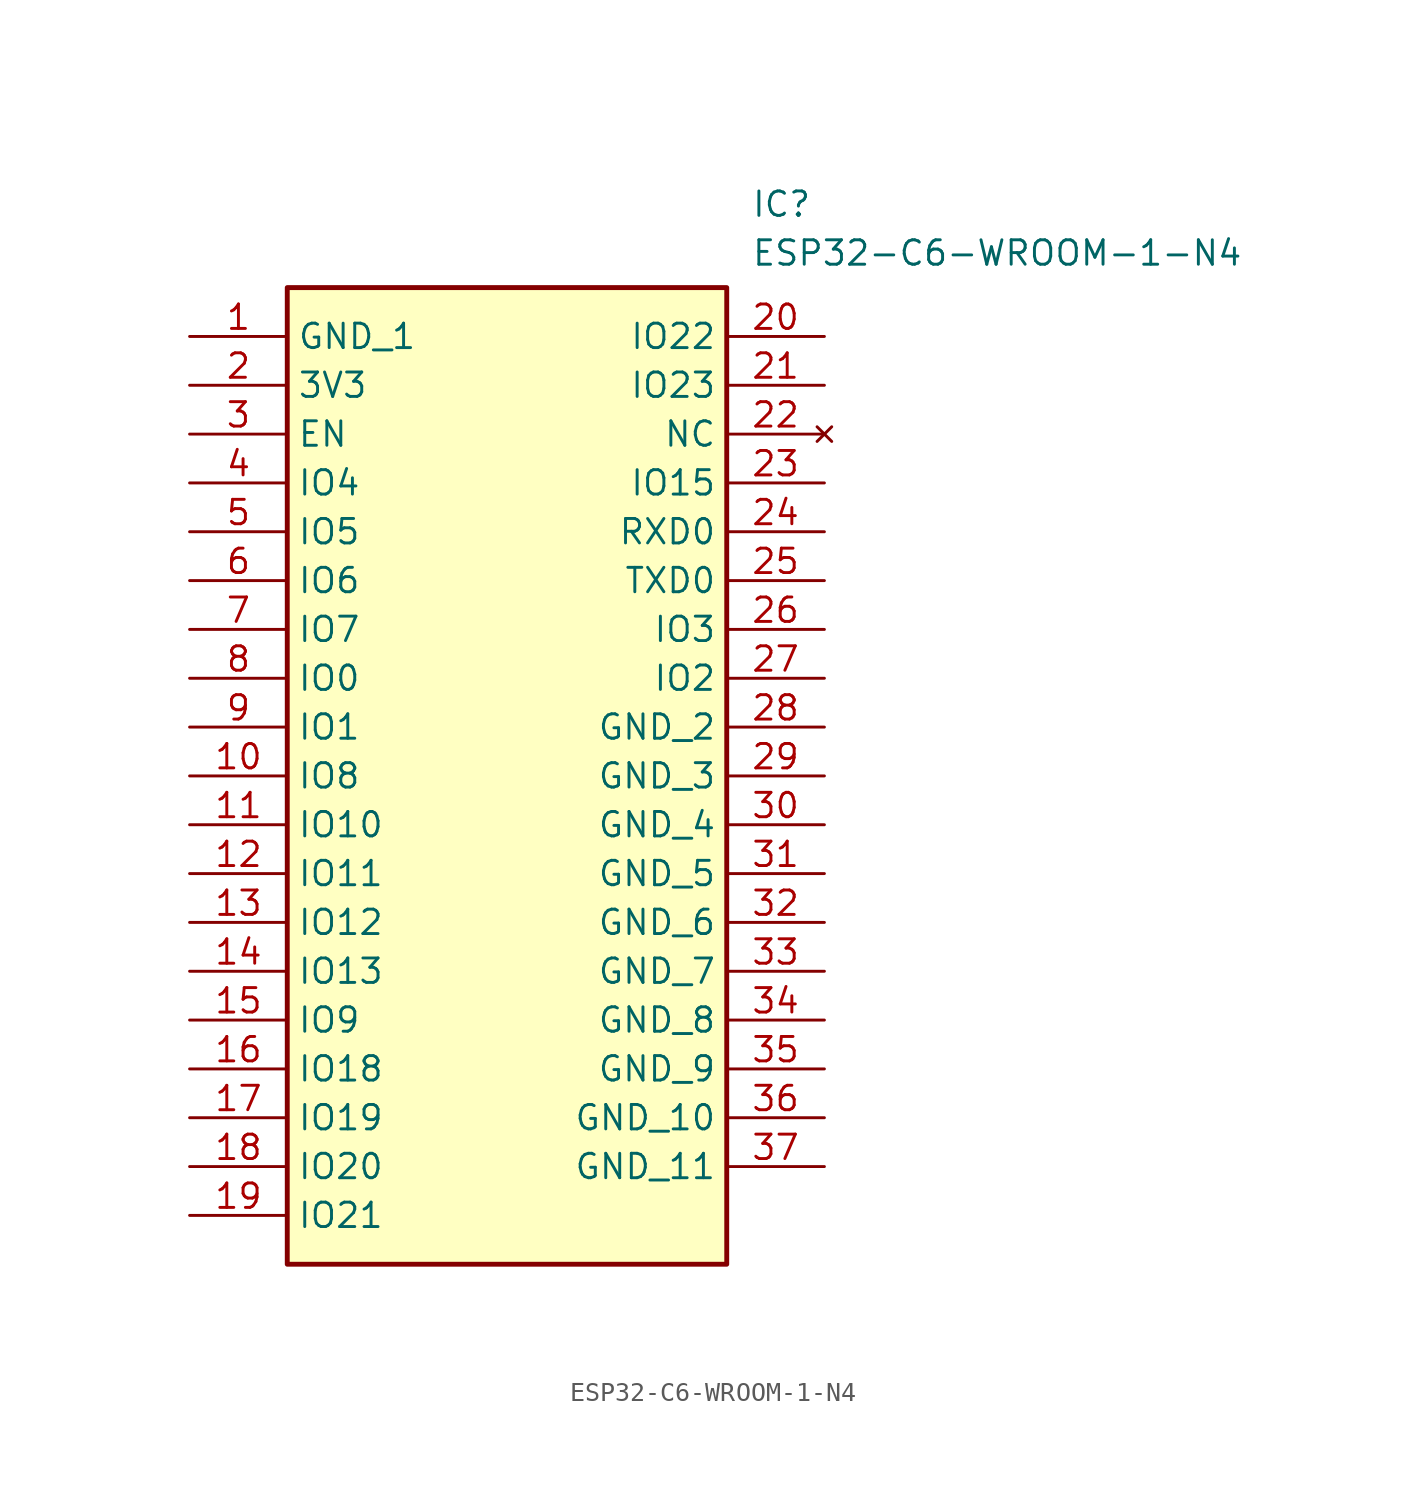
<source format=kicad_sym>
(kicad_symbol_lib
  (version 20211014)
  (generator SamacSys_ECAD_Model)
  (symbol "ESP32-C6-WROOM-1-N4"
    (property "Reference" "IC"
      (at 29.21 7.62 0)
      (effects (font (size 1.27 1.27)) (justify left top)))
    (property "Value" "ESP32-C6-WROOM-1-N4"
      (at 29.21 5.08 0)
      (effects (font (size 1.27 1.27)) (justify left top)))
    (rectangle
      (start 5.08 2.54)
      (end 27.94 -48.26)
      (stroke (width 0.254) (type default))
      (fill (type background)))
    (pin passive line
      (at 0 0 0)
      (length 5.08)
      (name "GND_1" (effects (font (size 1.27 1.27))))
      (number "1" (effects (font (size 1.27 1.27)))))
    (pin passive line
      (at 0 -2.54 0)
      (length 5.08)
      (name "3V3" (effects (font (size 1.27 1.27))))
      (number "2" (effects (font (size 1.27 1.27)))))
    (pin passive line
      (at 0 -5.08 0)
      (length 5.08)
      (name "EN" (effects (font (size 1.27 1.27))))
      (number "3" (effects (font (size 1.27 1.27)))))
    (pin passive line
      (at 0 -7.62 0)
      (length 5.08)
      (name "IO4" (effects (font (size 1.27 1.27))))
      (number "4" (effects (font (size 1.27 1.27)))))
    (pin passive line
      (at 0 -10.16 0)
      (length 5.08)
      (name "IO5" (effects (font (size 1.27 1.27))))
      (number "5" (effects (font (size 1.27 1.27)))))
    (pin passive line
      (at 0 -12.7 0)
      (length 5.08)
      (name "IO6" (effects (font (size 1.27 1.27))))
      (number "6" (effects (font (size 1.27 1.27)))))
    (pin passive line
      (at 0 -15.24 0)
      (length 5.08)
      (name "IO7" (effects (font (size 1.27 1.27))))
      (number "7" (effects (font (size 1.27 1.27)))))
    (pin passive line
      (at 0 -17.78 0)
      (length 5.08)
      (name "IO0" (effects (font (size 1.27 1.27))))
      (number "8" (effects (font (size 1.27 1.27)))))
    (pin passive line
      (at 0 -20.32 0)
      (length 5.08)
      (name "IO1" (effects (font (size 1.27 1.27))))
      (number "9" (effects (font (size 1.27 1.27)))))
    (pin passive line
      (at 0 -22.86 0)
      (length 5.08)
      (name "IO8" (effects (font (size 1.27 1.27))))
      (number "10" (effects (font (size 1.27 1.27)))))
    (pin passive line
      (at 0 -25.4 0)
      (length 5.08)
      (name "IO10" (effects (font (size 1.27 1.27))))
      (number "11" (effects (font (size 1.27 1.27)))))
    (pin passive line
      (at 0 -27.94 0)
      (length 5.08)
      (name "IO11" (effects (font (size 1.27 1.27))))
      (number "12" (effects (font (size 1.27 1.27)))))
    (pin passive line
      (at 0 -30.48 0)
      (length 5.08)
      (name "IO12" (effects (font (size 1.27 1.27))))
      (number "13" (effects (font (size 1.27 1.27)))))
    (pin passive line
      (at 0 -33.02 0)
      (length 5.08)
      (name "IO13" (effects (font (size 1.27 1.27))))
      (number "14" (effects (font (size 1.27 1.27)))))
    (pin passive line
      (at 0 -35.56 0)
      (length 5.08)
      (name "IO9" (effects (font (size 1.27 1.27))))
      (number "15" (effects (font (size 1.27 1.27)))))
    (pin passive line
      (at 0 -38.1 0)
      (length 5.08)
      (name "IO18" (effects (font (size 1.27 1.27))))
      (number "16" (effects (font (size 1.27 1.27)))))
    (pin passive line
      (at 0 -40.64 0)
      (length 5.08)
      (name "IO19" (effects (font (size 1.27 1.27))))
      (number "17" (effects (font (size 1.27 1.27)))))
    (pin passive line
      (at 0 -43.18 0)
      (length 5.08)
      (name "IO20" (effects (font (size 1.27 1.27))))
      (number "18" (effects (font (size 1.27 1.27)))))
    (pin passive line
      (at 0 -45.72 0)
      (length 5.08)
      (name "IO21" (effects (font (size 1.27 1.27))))
      (number "19" (effects (font (size 1.27 1.27)))))
    (pin passive line
      (at 33.02 0 180)
      (length 5.08)
      (name "IO22" (effects (font (size 1.27 1.27))))
      (number "20" (effects (font (size 1.27 1.27)))))
    (pin passive line
      (at 33.02 -2.54 180)
      (length 5.08)
      (name "IO23" (effects (font (size 1.27 1.27))))
      (number "21" (effects (font (size 1.27 1.27)))))
    (pin no_connect line
      (at 33.02 -5.08 180)
      (length 5.08)
      (name "NC" (effects (font (size 1.27 1.27))))
      (number "22" (effects (font (size 1.27 1.27)))))
    (pin passive line
      (at 33.02 -7.62 180)
      (length 5.08)
      (name "IO15" (effects (font (size 1.27 1.27))))
      (number "23" (effects (font (size 1.27 1.27)))))
    (pin passive line
      (at 33.02 -10.16 180)
      (length 5.08)
      (name "RXD0" (effects (font (size 1.27 1.27))))
      (number "24" (effects (font (size 1.27 1.27)))))
    (pin passive line
      (at 33.02 -12.7 180)
      (length 5.08)
      (name "TXD0" (effects (font (size 1.27 1.27))))
      (number "25" (effects (font (size 1.27 1.27)))))
    (pin passive line
      (at 33.02 -15.24 180)
      (length 5.08)
      (name "IO3" (effects (font (size 1.27 1.27))))
      (number "26" (effects (font (size 1.27 1.27)))))
    (pin passive line
      (at 33.02 -17.78 180)
      (length 5.08)
      (name "IO2" (effects (font (size 1.27 1.27))))
      (number "27" (effects (font (size 1.27 1.27)))))
    (pin passive line
      (at 33.02 -20.32 180)
      (length 5.08)
      (name "GND_2" (effects (font (size 1.27 1.27))))
      (number "28" (effects (font (size 1.27 1.27)))))
    (pin passive line
      (at 33.02 -22.86 180)
      (length 5.08)
      (name "GND_3" (effects (font (size 1.27 1.27))))
      (number "29" (effects (font (size 1.27 1.27)))))
    (pin passive line
      (at 33.02 -25.4 180)
      (length 5.08)
      (name "GND_4" (effects (font (size 1.27 1.27))))
      (number "30" (effects (font (size 1.27 1.27)))))
    (pin passive line
      (at 33.02 -27.94 180)
      (length 5.08)
      (name "GND_5" (effects (font (size 1.27 1.27))))
      (number "31" (effects (font (size 1.27 1.27)))))
    (pin passive line
      (at 33.02 -30.48 180)
      (length 5.08)
      (name "GND_6" (effects (font (size 1.27 1.27))))
      (number "32" (effects (font (size 1.27 1.27)))))
    (pin passive line
      (at 33.02 -33.02 180)
      (length 5.08)
      (name "GND_7" (effects (font (size 1.27 1.27))))
      (number "33" (effects (font (size 1.27 1.27)))))
    (pin passive line
      (at 33.02 -35.56 180)
      (length 5.08)
      (name "GND_8" (effects (font (size 1.27 1.27))))
      (number "34" (effects (font (size 1.27 1.27)))))
    (pin passive line
      (at 33.02 -38.1 180)
      (length 5.08)
      (name "GND_9" (effects (font (size 1.27 1.27))))
      (number "35" (effects (font (size 1.27 1.27)))))
    (pin passive line
      (at 33.02 -40.64 180)
      (length 5.08)
      (name "GND_10" (effects (font (size 1.27 1.27))))
      (number "36" (effects (font (size 1.27 1.27)))))
    (pin passive line
      (at 33.02 -43.18 180)
      (length 5.08)
      (name "GND_11" (effects (font (size 1.27 1.27))))
      (number "37" (effects (font (size 1.27 1.27)))))))
</source>
